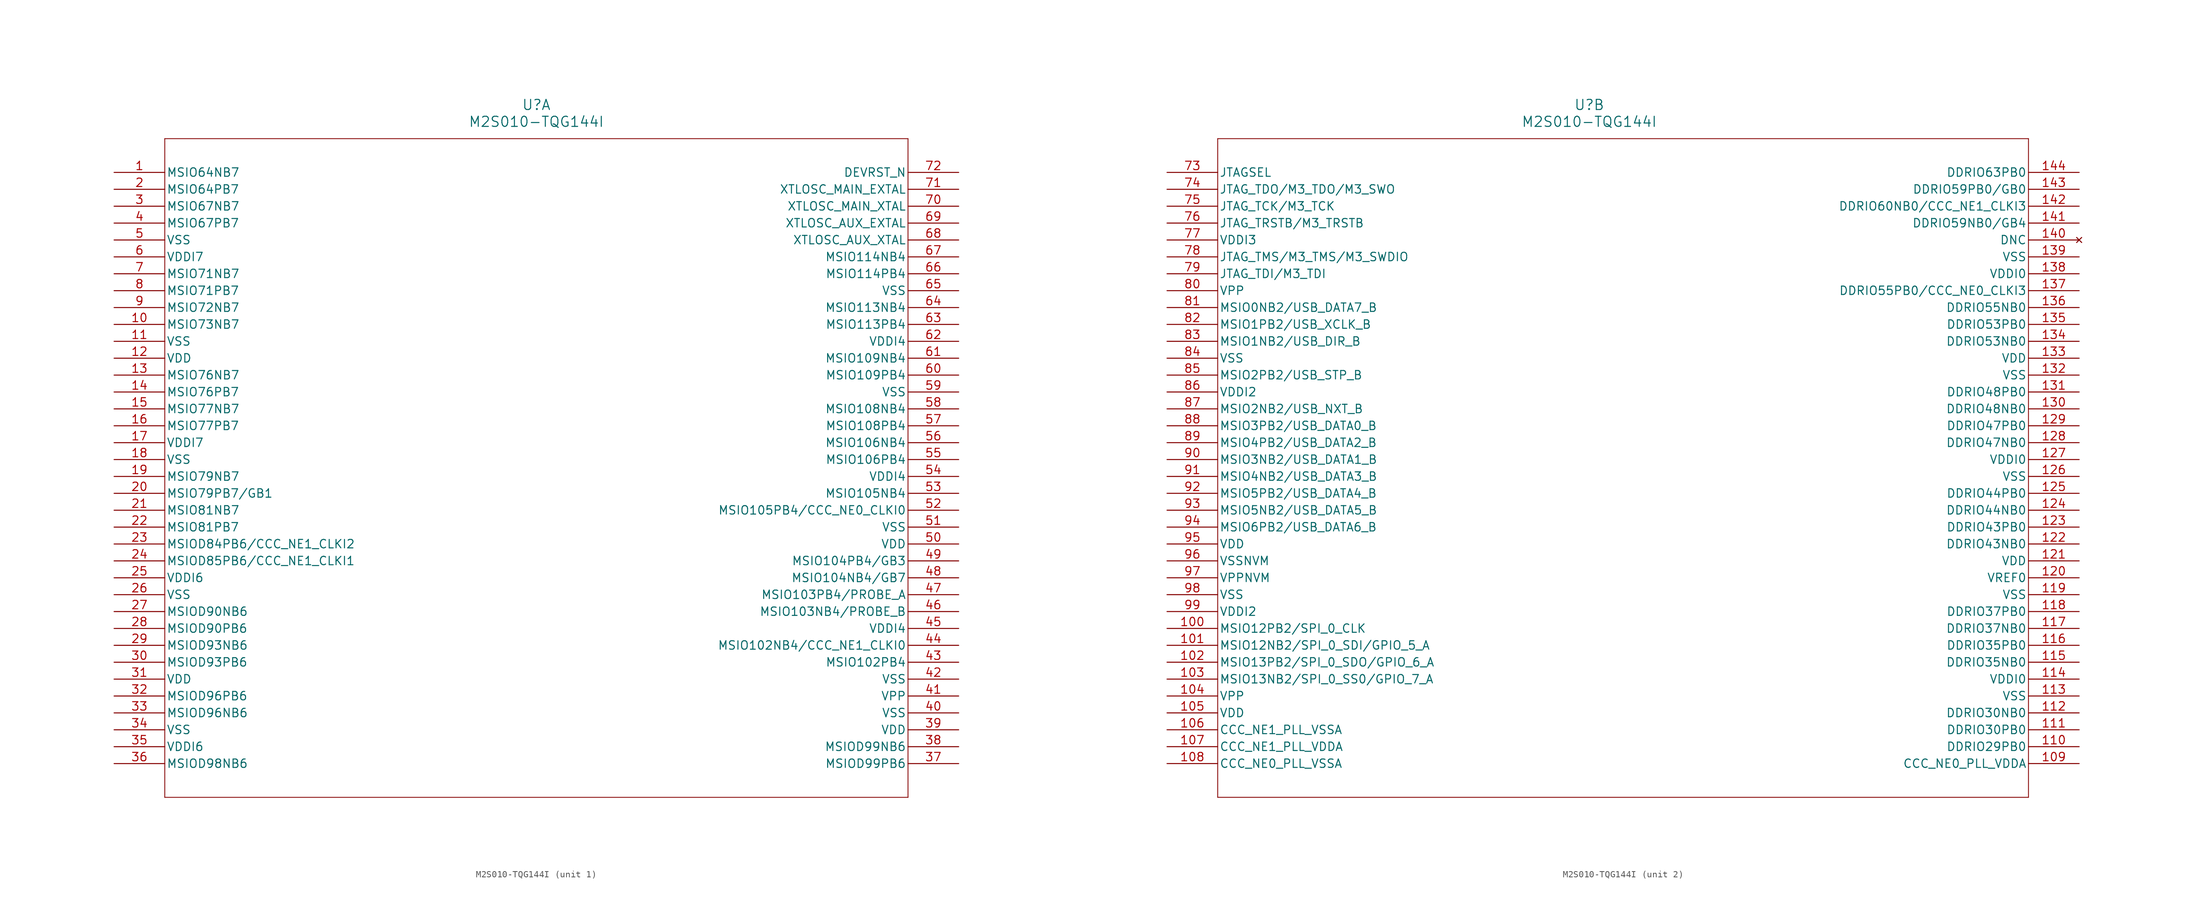
<source format=kicad_sym>
(kicad_symbol_lib
  (version 20211014)
  (generator kicad_symbol_editor)
  (symbol "M2S010-TQG144I"
    (pin_names
      (offset 0.254))
    (property "Reference" "U"
      (at 63.5 10.16 0)
      (effects (font (size 1.524 1.524))))
    (property "Value" "M2S010-TQG144I"
      (at 63.5 7.62 0)
      (effects (font (size 1.524 1.524))))
    (symbol "M2S010-TQG144I_1_1"
      (polyline (pts (xy 7.62 5.08) (xy 7.62 -93.98)) (stroke (width 0.127) (type default) (color 0 0 0 0)) (fill (type none)))
      (polyline (pts (xy 7.62 -93.98) (xy 119.38 -93.98)) (stroke (width 0.127) (type default) (color 0 0 0 0)) (fill (type none)))
      (polyline (pts (xy 119.38 -93.98) (xy 119.38 5.08)) (stroke (width 0.127) (type default) (color 0 0 0 0)) (fill (type none)))
      (polyline (pts (xy 119.38 5.08) (xy 7.62 5.08)) (stroke (width 0.127) (type default) (color 0 0 0 0)) (fill (type none)))
      (pin bidirectional line (at 0 0 0) (length 7.62) (name "MSIO64NB7" (effects (font (size 1.27 1.27)))) (number "1" (effects (font (size 1.27 1.27)))))
      (pin bidirectional line (at 0 -2.54 0) (length 7.62) (name "MSIO64PB7" (effects (font (size 1.27 1.27)))) (number "2" (effects (font (size 1.27 1.27)))))
      (pin bidirectional line (at 0 -5.08 0) (length 7.62) (name "MSIO67NB7" (effects (font (size 1.27 1.27)))) (number "3" (effects (font (size 1.27 1.27)))))
      (pin bidirectional line (at 0 -7.62 0) (length 7.62) (name "MSIO67PB7" (effects (font (size 1.27 1.27)))) (number "4" (effects (font (size 1.27 1.27)))))
      (pin power_out line (at 0 -10.16 0) (length 7.62) (name "VSS" (effects (font (size 1.27 1.27)))) (number "5" (effects (font (size 1.27 1.27)))))
      (pin power_in line (at 0 -12.7 0) (length 7.62) (name "VDDI7" (effects (font (size 1.27 1.27)))) (number "6" (effects (font (size 1.27 1.27)))))
      (pin bidirectional line (at 0 -15.24 0) (length 7.62) (name "MSIO71NB7" (effects (font (size 1.27 1.27)))) (number "7" (effects (font (size 1.27 1.27)))))
      (pin bidirectional line (at 0 -17.78 0) (length 7.62) (name "MSIO71PB7" (effects (font (size 1.27 1.27)))) (number "8" (effects (font (size 1.27 1.27)))))
      (pin bidirectional line (at 0 -20.32 0) (length 7.62) (name "MSIO72NB7" (effects (font (size 1.27 1.27)))) (number "9" (effects (font (size 1.27 1.27)))))
      (pin bidirectional line (at 0 -22.86 0) (length 7.62) (name "MSIO73NB7" (effects (font (size 1.27 1.27)))) (number "10" (effects (font (size 1.27 1.27)))))
      (pin power_out line (at 0 -25.4 0) (length 7.62) (name "VSS" (effects (font (size 1.27 1.27)))) (number "11" (effects (font (size 1.27 1.27)))))
      (pin power_in line (at 0 -27.94 0) (length 7.62) (name "VDD" (effects (font (size 1.27 1.27)))) (number "12" (effects (font (size 1.27 1.27)))))
      (pin bidirectional line (at 0 -30.48 0) (length 7.62) (name "MSIO76NB7" (effects (font (size 1.27 1.27)))) (number "13" (effects (font (size 1.27 1.27)))))
      (pin bidirectional line (at 0 -33.02 0) (length 7.62) (name "MSIO76PB7" (effects (font (size 1.27 1.27)))) (number "14" (effects (font (size 1.27 1.27)))))
      (pin bidirectional line (at 0 -35.56 0) (length 7.62) (name "MSIO77NB7" (effects (font (size 1.27 1.27)))) (number "15" (effects (font (size 1.27 1.27)))))
      (pin bidirectional line (at 0 -38.1 0) (length 7.62) (name "MSIO77PB7" (effects (font (size 1.27 1.27)))) (number "16" (effects (font (size 1.27 1.27)))))
      (pin power_in line (at 0 -40.64 0) (length 7.62) (name "VDDI7" (effects (font (size 1.27 1.27)))) (number "17" (effects (font (size 1.27 1.27)))))
      (pin power_out line (at 0 -43.18 0) (length 7.62) (name "VSS" (effects (font (size 1.27 1.27)))) (number "18" (effects (font (size 1.27 1.27)))))
      (pin bidirectional line (at 0 -45.72 0) (length 7.62) (name "MSIO79NB7" (effects (font (size 1.27 1.27)))) (number "19" (effects (font (size 1.27 1.27)))))
      (pin bidirectional line (at 0 -48.26 0) (length 7.62) (name "MSIO79PB7/GB1" (effects (font (size 1.27 1.27)))) (number "20" (effects (font (size 1.27 1.27)))))
      (pin bidirectional line (at 0 -50.8 0) (length 7.62) (name "MSIO81NB7" (effects (font (size 1.27 1.27)))) (number "21" (effects (font (size 1.27 1.27)))))
      (pin bidirectional line (at 0 -53.34 0) (length 7.62) (name "MSIO81PB7" (effects (font (size 1.27 1.27)))) (number "22" (effects (font (size 1.27 1.27)))))
      (pin bidirectional line (at 0 -55.88 0) (length 7.62) (name "MSIOD84PB6/CCC_NE1_CLKI2" (effects (font (size 1.27 1.27)))) (number "23" (effects (font (size 1.27 1.27)))))
      (pin bidirectional line (at 0 -58.42 0) (length 7.62) (name "MSIOD85PB6/CCC_NE1_CLKI1" (effects (font (size 1.27 1.27)))) (number "24" (effects (font (size 1.27 1.27)))))
      (pin power_in line (at 0 -60.96 0) (length 7.62) (name "VDDI6" (effects (font (size 1.27 1.27)))) (number "25" (effects (font (size 1.27 1.27)))))
      (pin power_out line (at 0 -63.5 0) (length 7.62) (name "VSS" (effects (font (size 1.27 1.27)))) (number "26" (effects (font (size 1.27 1.27)))))
      (pin bidirectional line (at 0 -66.04 0) (length 7.62) (name "MSIOD90NB6" (effects (font (size 1.27 1.27)))) (number "27" (effects (font (size 1.27 1.27)))))
      (pin bidirectional line (at 0 -68.58 0) (length 7.62) (name "MSIOD90PB6" (effects (font (size 1.27 1.27)))) (number "28" (effects (font (size 1.27 1.27)))))
      (pin bidirectional line (at 0 -71.12 0) (length 7.62) (name "MSIOD93NB6" (effects (font (size 1.27 1.27)))) (number "29" (effects (font (size 1.27 1.27)))))
      (pin bidirectional line (at 0 -73.66 0) (length 7.62) (name "MSIOD93PB6" (effects (font (size 1.27 1.27)))) (number "30" (effects (font (size 1.27 1.27)))))
      (pin power_in line (at 0 -76.2 0) (length 7.62) (name "VDD" (effects (font (size 1.27 1.27)))) (number "31" (effects (font (size 1.27 1.27)))))
      (pin bidirectional line (at 0 -78.74 0) (length 7.62) (name "MSIOD96PB6" (effects (font (size 1.27 1.27)))) (number "32" (effects (font (size 1.27 1.27)))))
      (pin bidirectional line (at 0 -81.28 0) (length 7.62) (name "MSIOD96NB6" (effects (font (size 1.27 1.27)))) (number "33" (effects (font (size 1.27 1.27)))))
      (pin power_out line (at 0 -83.82 0) (length 7.62) (name "VSS" (effects (font (size 1.27 1.27)))) (number "34" (effects (font (size 1.27 1.27)))))
      (pin power_in line (at 0 -86.36 0) (length 7.62) (name "VDDI6" (effects (font (size 1.27 1.27)))) (number "35" (effects (font (size 1.27 1.27)))))
      (pin bidirectional line (at 0 -88.9 0) (length 7.62) (name "MSIOD98NB6" (effects (font (size 1.27 1.27)))) (number "36" (effects (font (size 1.27 1.27)))))
      (pin bidirectional line (at 127 -88.9 180) (length 7.62) (name "MSIOD99PB6" (effects (font (size 1.27 1.27)))) (number "37" (effects (font (size 1.27 1.27)))))
      (pin bidirectional line (at 127 -86.36 180) (length 7.62) (name "MSIOD99NB6" (effects (font (size 1.27 1.27)))) (number "38" (effects (font (size 1.27 1.27)))))
      (pin power_in line (at 127 -83.82 180) (length 7.62) (name "VDD" (effects (font (size 1.27 1.27)))) (number "39" (effects (font (size 1.27 1.27)))))
      (pin power_out line (at 127 -81.28 180) (length 7.62) (name "VSS" (effects (font (size 1.27 1.27)))) (number "40" (effects (font (size 1.27 1.27)))))
      (pin power_in line (at 127 -78.74 180) (length 7.62) (name "VPP" (effects (font (size 1.27 1.27)))) (number "41" (effects (font (size 1.27 1.27)))))
      (pin power_out line (at 127 -76.2 180) (length 7.62) (name "VSS" (effects (font (size 1.27 1.27)))) (number "42" (effects (font (size 1.27 1.27)))))
      (pin bidirectional line (at 127 -73.66 180) (length 7.62) (name "MSIO102PB4" (effects (font (size 1.27 1.27)))) (number "43" (effects (font (size 1.27 1.27)))))
      (pin bidirectional line (at 127 -71.12 180) (length 7.62) (name "MSIO102NB4/CCC_NE1_CLKI0" (effects (font (size 1.27 1.27)))) (number "44" (effects (font (size 1.27 1.27)))))
      (pin power_in line (at 127 -68.58 180) (length 7.62) (name "VDDI4" (effects (font (size 1.27 1.27)))) (number "45" (effects (font (size 1.27 1.27)))))
      (pin bidirectional line (at 127 -66.04 180) (length 7.62) (name "MSIO103NB4/PROBE_B" (effects (font (size 1.27 1.27)))) (number "46" (effects (font (size 1.27 1.27)))))
      (pin bidirectional line (at 127 -63.5 180) (length 7.62) (name "MSIO103PB4/PROBE_A" (effects (font (size 1.27 1.27)))) (number "47" (effects (font (size 1.27 1.27)))))
      (pin bidirectional line (at 127 -60.96 180) (length 7.62) (name "MSIO104NB4/GB7" (effects (font (size 1.27 1.27)))) (number "48" (effects (font (size 1.27 1.27)))))
      (pin bidirectional line (at 127 -58.42 180) (length 7.62) (name "MSIO104PB4/GB3" (effects (font (size 1.27 1.27)))) (number "49" (effects (font (size 1.27 1.27)))))
      (pin power_in line (at 127 -55.88 180) (length 7.62) (name "VDD" (effects (font (size 1.27 1.27)))) (number "50" (effects (font (size 1.27 1.27)))))
      (pin power_out line (at 127 -53.34 180) (length 7.62) (name "VSS" (effects (font (size 1.27 1.27)))) (number "51" (effects (font (size 1.27 1.27)))))
      (pin bidirectional line (at 127 -50.8 180) (length 7.62) (name "MSIO105PB4/CCC_NE0_CLKI0" (effects (font (size 1.27 1.27)))) (number "52" (effects (font (size 1.27 1.27)))))
      (pin bidirectional line (at 127 -48.26 180) (length 7.62) (name "MSIO105NB4" (effects (font (size 1.27 1.27)))) (number "53" (effects (font (size 1.27 1.27)))))
      (pin power_in line (at 127 -45.72 180) (length 7.62) (name "VDDI4" (effects (font (size 1.27 1.27)))) (number "54" (effects (font (size 1.27 1.27)))))
      (pin bidirectional line (at 127 -43.18 180) (length 7.62) (name "MSIO106PB4" (effects (font (size 1.27 1.27)))) (number "55" (effects (font (size 1.27 1.27)))))
      (pin bidirectional line (at 127 -40.64 180) (length 7.62) (name "MSIO106NB4" (effects (font (size 1.27 1.27)))) (number "56" (effects (font (size 1.27 1.27)))))
      (pin bidirectional line (at 127 -38.1 180) (length 7.62) (name "MSIO108PB4" (effects (font (size 1.27 1.27)))) (number "57" (effects (font (size 1.27 1.27)))))
      (pin bidirectional line (at 127 -35.56 180) (length 7.62) (name "MSIO108NB4" (effects (font (size 1.27 1.27)))) (number "58" (effects (font (size 1.27 1.27)))))
      (pin power_out line (at 127 -33.02 180) (length 7.62) (name "VSS" (effects (font (size 1.27 1.27)))) (number "59" (effects (font (size 1.27 1.27)))))
      (pin bidirectional line (at 127 -30.48 180) (length 7.62) (name "MSIO109PB4" (effects (font (size 1.27 1.27)))) (number "60" (effects (font (size 1.27 1.27)))))
      (pin bidirectional line (at 127 -27.94 180) (length 7.62) (name "MSIO109NB4" (effects (font (size 1.27 1.27)))) (number "61" (effects (font (size 1.27 1.27)))))
      (pin power_in line (at 127 -25.4 180) (length 7.62) (name "VDDI4" (effects (font (size 1.27 1.27)))) (number "62" (effects (font (size 1.27 1.27)))))
      (pin bidirectional line (at 127 -22.86 180) (length 7.62) (name "MSIO113PB4" (effects (font (size 1.27 1.27)))) (number "63" (effects (font (size 1.27 1.27)))))
      (pin bidirectional line (at 127 -20.32 180) (length 7.62) (name "MSIO113NB4" (effects (font (size 1.27 1.27)))) (number "64" (effects (font (size 1.27 1.27)))))
      (pin power_out line (at 127 -17.78 180) (length 7.62) (name "VSS" (effects (font (size 1.27 1.27)))) (number "65" (effects (font (size 1.27 1.27)))))
      (pin bidirectional line (at 127 -15.24 180) (length 7.62) (name "MSIO114PB4" (effects (font (size 1.27 1.27)))) (number "66" (effects (font (size 1.27 1.27)))))
      (pin bidirectional line (at 127 -12.7 180) (length 7.62) (name "MSIO114NB4" (effects (font (size 1.27 1.27)))) (number "67" (effects (font (size 1.27 1.27)))))
      (pin input line (at 127 -10.16 180) (length 7.62) (name "XTLOSC_AUX_XTAL" (effects (font (size 1.27 1.27)))) (number "68" (effects (font (size 1.27 1.27)))))
      (pin input line (at 127 -7.62 180) (length 7.62) (name "XTLOSC_AUX_EXTAL" (effects (font (size 1.27 1.27)))) (number "69" (effects (font (size 1.27 1.27)))))
      (pin input line (at 127 -5.08 180) (length 7.62) (name "XTLOSC_MAIN_XTAL" (effects (font (size 1.27 1.27)))) (number "70" (effects (font (size 1.27 1.27)))))
      (pin input line (at 127 -2.54 180) (length 7.62) (name "XTLOSC_MAIN_EXTAL" (effects (font (size 1.27 1.27)))) (number "71" (effects (font (size 1.27 1.27)))))
      (pin input line (at 127 0 180) (length 7.62) (name "DEVRST_N" (effects (font (size 1.27 1.27)))) (number "72" (effects (font (size 1.27 1.27))))))
    (symbol "M2S010-TQG144I_2_1"
      (polyline (pts (xy 7.62 5.08) (xy 7.62 -93.98)) (stroke (width 0.127) (type default) (color 0 0 0 0)) (fill (type none)))
      (polyline (pts (xy 7.62 -93.98) (xy 129.54 -93.98)) (stroke (width 0.127) (type default) (color 0 0 0 0)) (fill (type none)))
      (polyline (pts (xy 129.54 -93.98) (xy 129.54 5.08)) (stroke (width 0.127) (type default) (color 0 0 0 0)) (fill (type none)))
      (polyline (pts (xy 129.54 5.08) (xy 7.62 5.08)) (stroke (width 0.127) (type default) (color 0 0 0 0)) (fill (type none)))
      (pin input line (at 0 0 0) (length 7.62) (name "JTAGSEL" (effects (font (size 1.27 1.27)))) (number "73" (effects (font (size 1.27 1.27)))))
      (pin output line (at 0 -2.54 0) (length 7.62) (name "JTAG_TDO/M3_TDO/M3_SWO" (effects (font (size 1.27 1.27)))) (number "74" (effects (font (size 1.27 1.27)))))
      (pin input line (at 0 -5.08 0) (length 7.62) (name "JTAG_TCK/M3_TCK" (effects (font (size 1.27 1.27)))) (number "75" (effects (font (size 1.27 1.27)))))
      (pin input line (at 0 -7.62 0) (length 7.62) (name "JTAG_TRSTB/M3_TRSTB" (effects (font (size 1.27 1.27)))) (number "76" (effects (font (size 1.27 1.27)))))
      (pin power_in line (at 0 -10.16 0) (length 7.62) (name "VDDI3" (effects (font (size 1.27 1.27)))) (number "77" (effects (font (size 1.27 1.27)))))
      (pin input line (at 0 -12.7 0) (length 7.62) (name "JTAG_TMS/M3_TMS/M3_SWDIO" (effects (font (size 1.27 1.27)))) (number "78" (effects (font (size 1.27 1.27)))))
      (pin input line (at 0 -15.24 0) (length 7.62) (name "JTAG_TDI/M3_TDI" (effects (font (size 1.27 1.27)))) (number "79" (effects (font (size 1.27 1.27)))))
      (pin power_in line (at 0 -17.78 0) (length 7.62) (name "VPP" (effects (font (size 1.27 1.27)))) (number "80" (effects (font (size 1.27 1.27)))))
      (pin bidirectional line (at 0 -20.32 0) (length 7.62) (name "MSIO0NB2/USB_DATA7_B" (effects (font (size 1.27 1.27)))) (number "81" (effects (font (size 1.27 1.27)))))
      (pin bidirectional line (at 0 -22.86 0) (length 7.62) (name "MSIO1PB2/USB_XCLK_B" (effects (font (size 1.27 1.27)))) (number "82" (effects (font (size 1.27 1.27)))))
      (pin bidirectional line (at 0 -25.4 0) (length 7.62) (name "MSIO1NB2/USB_DIR_B" (effects (font (size 1.27 1.27)))) (number "83" (effects (font (size 1.27 1.27)))))
      (pin power_out line (at 0 -27.94 0) (length 7.62) (name "VSS" (effects (font (size 1.27 1.27)))) (number "84" (effects (font (size 1.27 1.27)))))
      (pin bidirectional line (at 0 -30.48 0) (length 7.62) (name "MSIO2PB2/USB_STP_B" (effects (font (size 1.27 1.27)))) (number "85" (effects (font (size 1.27 1.27)))))
      (pin power_in line (at 0 -33.02 0) (length 7.62) (name "VDDI2" (effects (font (size 1.27 1.27)))) (number "86" (effects (font (size 1.27 1.27)))))
      (pin bidirectional line (at 0 -35.56 0) (length 7.62) (name "MSIO2NB2/USB_NXT_B" (effects (font (size 1.27 1.27)))) (number "87" (effects (font (size 1.27 1.27)))))
      (pin bidirectional line (at 0 -38.1 0) (length 7.62) (name "MSIO3PB2/USB_DATA0_B" (effects (font (size 1.27 1.27)))) (number "88" (effects (font (size 1.27 1.27)))))
      (pin bidirectional line (at 0 -40.64 0) (length 7.62) (name "MSIO4PB2/USB_DATA2_B" (effects (font (size 1.27 1.27)))) (number "89" (effects (font (size 1.27 1.27)))))
      (pin bidirectional line (at 0 -43.18 0) (length 7.62) (name "MSIO3NB2/USB_DATA1_B" (effects (font (size 1.27 1.27)))) (number "90" (effects (font (size 1.27 1.27)))))
      (pin bidirectional line (at 0 -45.72 0) (length 7.62) (name "MSIO4NB2/USB_DATA3_B" (effects (font (size 1.27 1.27)))) (number "91" (effects (font (size 1.27 1.27)))))
      (pin bidirectional line (at 0 -48.26 0) (length 7.62) (name "MSIO5PB2/USB_DATA4_B" (effects (font (size 1.27 1.27)))) (number "92" (effects (font (size 1.27 1.27)))))
      (pin bidirectional line (at 0 -50.8 0) (length 7.62) (name "MSIO5NB2/USB_DATA5_B" (effects (font (size 1.27 1.27)))) (number "93" (effects (font (size 1.27 1.27)))))
      (pin bidirectional line (at 0 -53.34 0) (length 7.62) (name "MSIO6PB2/USB_DATA6_B" (effects (font (size 1.27 1.27)))) (number "94" (effects (font (size 1.27 1.27)))))
      (pin power_in line (at 0 -55.88 0) (length 7.62) (name "VDD" (effects (font (size 1.27 1.27)))) (number "95" (effects (font (size 1.27 1.27)))))
      (pin power_out line (at 0 -58.42 0) (length 7.62) (name "VSSNVM" (effects (font (size 1.27 1.27)))) (number "96" (effects (font (size 1.27 1.27)))))
      (pin power_in line (at 0 -60.96 0) (length 7.62) (name "VPPNVM" (effects (font (size 1.27 1.27)))) (number "97" (effects (font (size 1.27 1.27)))))
      (pin power_out line (at 0 -63.5 0) (length 7.62) (name "VSS" (effects (font (size 1.27 1.27)))) (number "98" (effects (font (size 1.27 1.27)))))
      (pin power_in line (at 0 -66.04 0) (length 7.62) (name "VDDI2" (effects (font (size 1.27 1.27)))) (number "99" (effects (font (size 1.27 1.27)))))
      (pin bidirectional line (at 0 -68.58 0) (length 7.62) (name "MSIO12PB2/SPI_0_CLK" (effects (font (size 1.27 1.27)))) (number "100" (effects (font (size 1.27 1.27)))))
      (pin bidirectional line (at 0 -71.12 0) (length 7.62) (name "MSIO12NB2/SPI_0_SDI/GPIO_5_A" (effects (font (size 1.27 1.27)))) (number "101" (effects (font (size 1.27 1.27)))))
      (pin bidirectional line (at 0 -73.66 0) (length 7.62) (name "MSIO13PB2/SPI_0_SDO/GPIO_6_A" (effects (font (size 1.27 1.27)))) (number "102" (effects (font (size 1.27 1.27)))))
      (pin bidirectional line (at 0 -76.2 0) (length 7.62) (name "MSIO13NB2/SPI_0_SS0/GPIO_7_A" (effects (font (size 1.27 1.27)))) (number "103" (effects (font (size 1.27 1.27)))))
      (pin power_in line (at 0 -78.74 0) (length 7.62) (name "VPP" (effects (font (size 1.27 1.27)))) (number "104" (effects (font (size 1.27 1.27)))))
      (pin power_in line (at 0 -81.28 0) (length 7.62) (name "VDD" (effects (font (size 1.27 1.27)))) (number "105" (effects (font (size 1.27 1.27)))))
      (pin power_out line (at 0 -83.82 0) (length 7.62) (name "CCC_NE1_PLL_VSSA" (effects (font (size 1.27 1.27)))) (number "106" (effects (font (size 1.27 1.27)))))
      (pin power_in line (at 0 -86.36 0) (length 7.62) (name "CCC_NE1_PLL_VDDA" (effects (font (size 1.27 1.27)))) (number "107" (effects (font (size 1.27 1.27)))))
      (pin power_out line (at 0 -88.9 0) (length 7.62) (name "CCC_NE0_PLL_VSSA" (effects (font (size 1.27 1.27)))) (number "108" (effects (font (size 1.27 1.27)))))
      (pin power_in line (at 137.16 -88.9 180) (length 7.62) (name "CCC_NE0_PLL_VDDA" (effects (font (size 1.27 1.27)))) (number "109" (effects (font (size 1.27 1.27)))))
      (pin bidirectional line (at 137.16 -86.36 180) (length 7.62) (name "DDRIO29PB0" (effects (font (size 1.27 1.27)))) (number "110" (effects (font (size 1.27 1.27)))))
      (pin bidirectional line (at 137.16 -83.82 180) (length 7.62) (name "DDRIO30PB0" (effects (font (size 1.27 1.27)))) (number "111" (effects (font (size 1.27 1.27)))))
      (pin bidirectional line (at 137.16 -81.28 180) (length 7.62) (name "DDRIO30NB0" (effects (font (size 1.27 1.27)))) (number "112" (effects (font (size 1.27 1.27)))))
      (pin power_out line (at 137.16 -78.74 180) (length 7.62) (name "VSS" (effects (font (size 1.27 1.27)))) (number "113" (effects (font (size 1.27 1.27)))))
      (pin power_in line (at 137.16 -76.2 180) (length 7.62) (name "VDDI0" (effects (font (size 1.27 1.27)))) (number "114" (effects (font (size 1.27 1.27)))))
      (pin bidirectional line (at 137.16 -73.66 180) (length 7.62) (name "DDRIO35NB0" (effects (font (size 1.27 1.27)))) (number "115" (effects (font (size 1.27 1.27)))))
      (pin bidirectional line (at 137.16 -71.12 180) (length 7.62) (name "DDRIO35PB0" (effects (font (size 1.27 1.27)))) (number "116" (effects (font (size 1.27 1.27)))))
      (pin bidirectional line (at 137.16 -68.58 180) (length 7.62) (name "DDRIO37NB0" (effects (font (size 1.27 1.27)))) (number "117" (effects (font (size 1.27 1.27)))))
      (pin bidirectional line (at 137.16 -66.04 180) (length 7.62) (name "DDRIO37PB0" (effects (font (size 1.27 1.27)))) (number "118" (effects (font (size 1.27 1.27)))))
      (pin power_out line (at 137.16 -63.5 180) (length 7.62) (name "VSS" (effects (font (size 1.27 1.27)))) (number "119" (effects (font (size 1.27 1.27)))))
      (pin power_in line (at 137.16 -60.96 180) (length 7.62) (name "VREF0" (effects (font (size 1.27 1.27)))) (number "120" (effects (font (size 1.27 1.27)))))
      (pin power_in line (at 137.16 -58.42 180) (length 7.62) (name "VDD" (effects (font (size 1.27 1.27)))) (number "121" (effects (font (size 1.27 1.27)))))
      (pin bidirectional line (at 137.16 -55.88 180) (length 7.62) (name "DDRIO43NB0" (effects (font (size 1.27 1.27)))) (number "122" (effects (font (size 1.27 1.27)))))
      (pin bidirectional line (at 137.16 -53.34 180) (length 7.62) (name "DDRIO43PB0" (effects (font (size 1.27 1.27)))) (number "123" (effects (font (size 1.27 1.27)))))
      (pin bidirectional line (at 137.16 -50.8 180) (length 7.62) (name "DDRIO44NB0" (effects (font (size 1.27 1.27)))) (number "124" (effects (font (size 1.27 1.27)))))
      (pin bidirectional line (at 137.16 -48.26 180) (length 7.62) (name "DDRIO44PB0" (effects (font (size 1.27 1.27)))) (number "125" (effects (font (size 1.27 1.27)))))
      (pin power_out line (at 137.16 -45.72 180) (length 7.62) (name "VSS" (effects (font (size 1.27 1.27)))) (number "126" (effects (font (size 1.27 1.27)))))
      (pin power_in line (at 137.16 -43.18 180) (length 7.62) (name "VDDI0" (effects (font (size 1.27 1.27)))) (number "127" (effects (font (size 1.27 1.27)))))
      (pin bidirectional line (at 137.16 -40.64 180) (length 7.62) (name "DDRIO47NB0" (effects (font (size 1.27 1.27)))) (number "128" (effects (font (size 1.27 1.27)))))
      (pin bidirectional line (at 137.16 -38.1 180) (length 7.62) (name "DDRIO47PB0" (effects (font (size 1.27 1.27)))) (number "129" (effects (font (size 1.27 1.27)))))
      (pin bidirectional line (at 137.16 -35.56 180) (length 7.62) (name "DDRIO48NB0" (effects (font (size 1.27 1.27)))) (number "130" (effects (font (size 1.27 1.27)))))
      (pin bidirectional line (at 137.16 -33.02 180) (length 7.62) (name "DDRIO48PB0" (effects (font (size 1.27 1.27)))) (number "131" (effects (font (size 1.27 1.27)))))
      (pin power_out line (at 137.16 -30.48 180) (length 7.62) (name "VSS" (effects (font (size 1.27 1.27)))) (number "132" (effects (font (size 1.27 1.27)))))
      (pin power_in line (at 137.16 -27.94 180) (length 7.62) (name "VDD" (effects (font (size 1.27 1.27)))) (number "133" (effects (font (size 1.27 1.27)))))
      (pin bidirectional line (at 137.16 -25.4 180) (length 7.62) (name "DDRIO53NB0" (effects (font (size 1.27 1.27)))) (number "134" (effects (font (size 1.27 1.27)))))
      (pin bidirectional line (at 137.16 -22.86 180) (length 7.62) (name "DDRIO53PB0" (effects (font (size 1.27 1.27)))) (number "135" (effects (font (size 1.27 1.27)))))
      (pin bidirectional line (at 137.16 -20.32 180) (length 7.62) (name "DDRIO55NB0" (effects (font (size 1.27 1.27)))) (number "136" (effects (font (size 1.27 1.27)))))
      (pin bidirectional line (at 137.16 -17.78 180) (length 7.62) (name "DDRIO55PB0/CCC_NE0_CLKI3" (effects (font (size 1.27 1.27)))) (number "137" (effects (font (size 1.27 1.27)))))
      (pin power_in line (at 137.16 -15.24 180) (length 7.62) (name "VDDI0" (effects (font (size 1.27 1.27)))) (number "138" (effects (font (size 1.27 1.27)))))
      (pin power_out line (at 137.16 -12.7 180) (length 7.62) (name "VSS" (effects (font (size 1.27 1.27)))) (number "139" (effects (font (size 1.27 1.27)))))
      (pin no_connect line (at 137.16 -10.16 180) (length 7.62) (name "DNC" (effects (font (size 1.27 1.27)))) (number "140" (effects (font (size 1.27 1.27)))))
      (pin bidirectional line (at 137.16 -7.62 180) (length 7.62) (name "DDRIO59NB0/GB4" (effects (font (size 1.27 1.27)))) (number "141" (effects (font (size 1.27 1.27)))))
      (pin bidirectional line (at 137.16 -5.08 180) (length 7.62) (name "DDRIO60NB0/CCC_NE1_CLKI3" (effects (font (size 1.27 1.27)))) (number "142" (effects (font (size 1.27 1.27)))))
      (pin bidirectional line (at 137.16 -2.54 180) (length 7.62) (name "DDRIO59PB0/GB0" (effects (font (size 1.27 1.27)))) (number "143" (effects (font (size 1.27 1.27)))))
      (pin bidirectional line (at 137.16 0 180) (length 7.62) (name "DDRIO63PB0" (effects (font (size 1.27 1.27)))) (number "144" (effects (font (size 1.27 1.27))))))))
</source>
